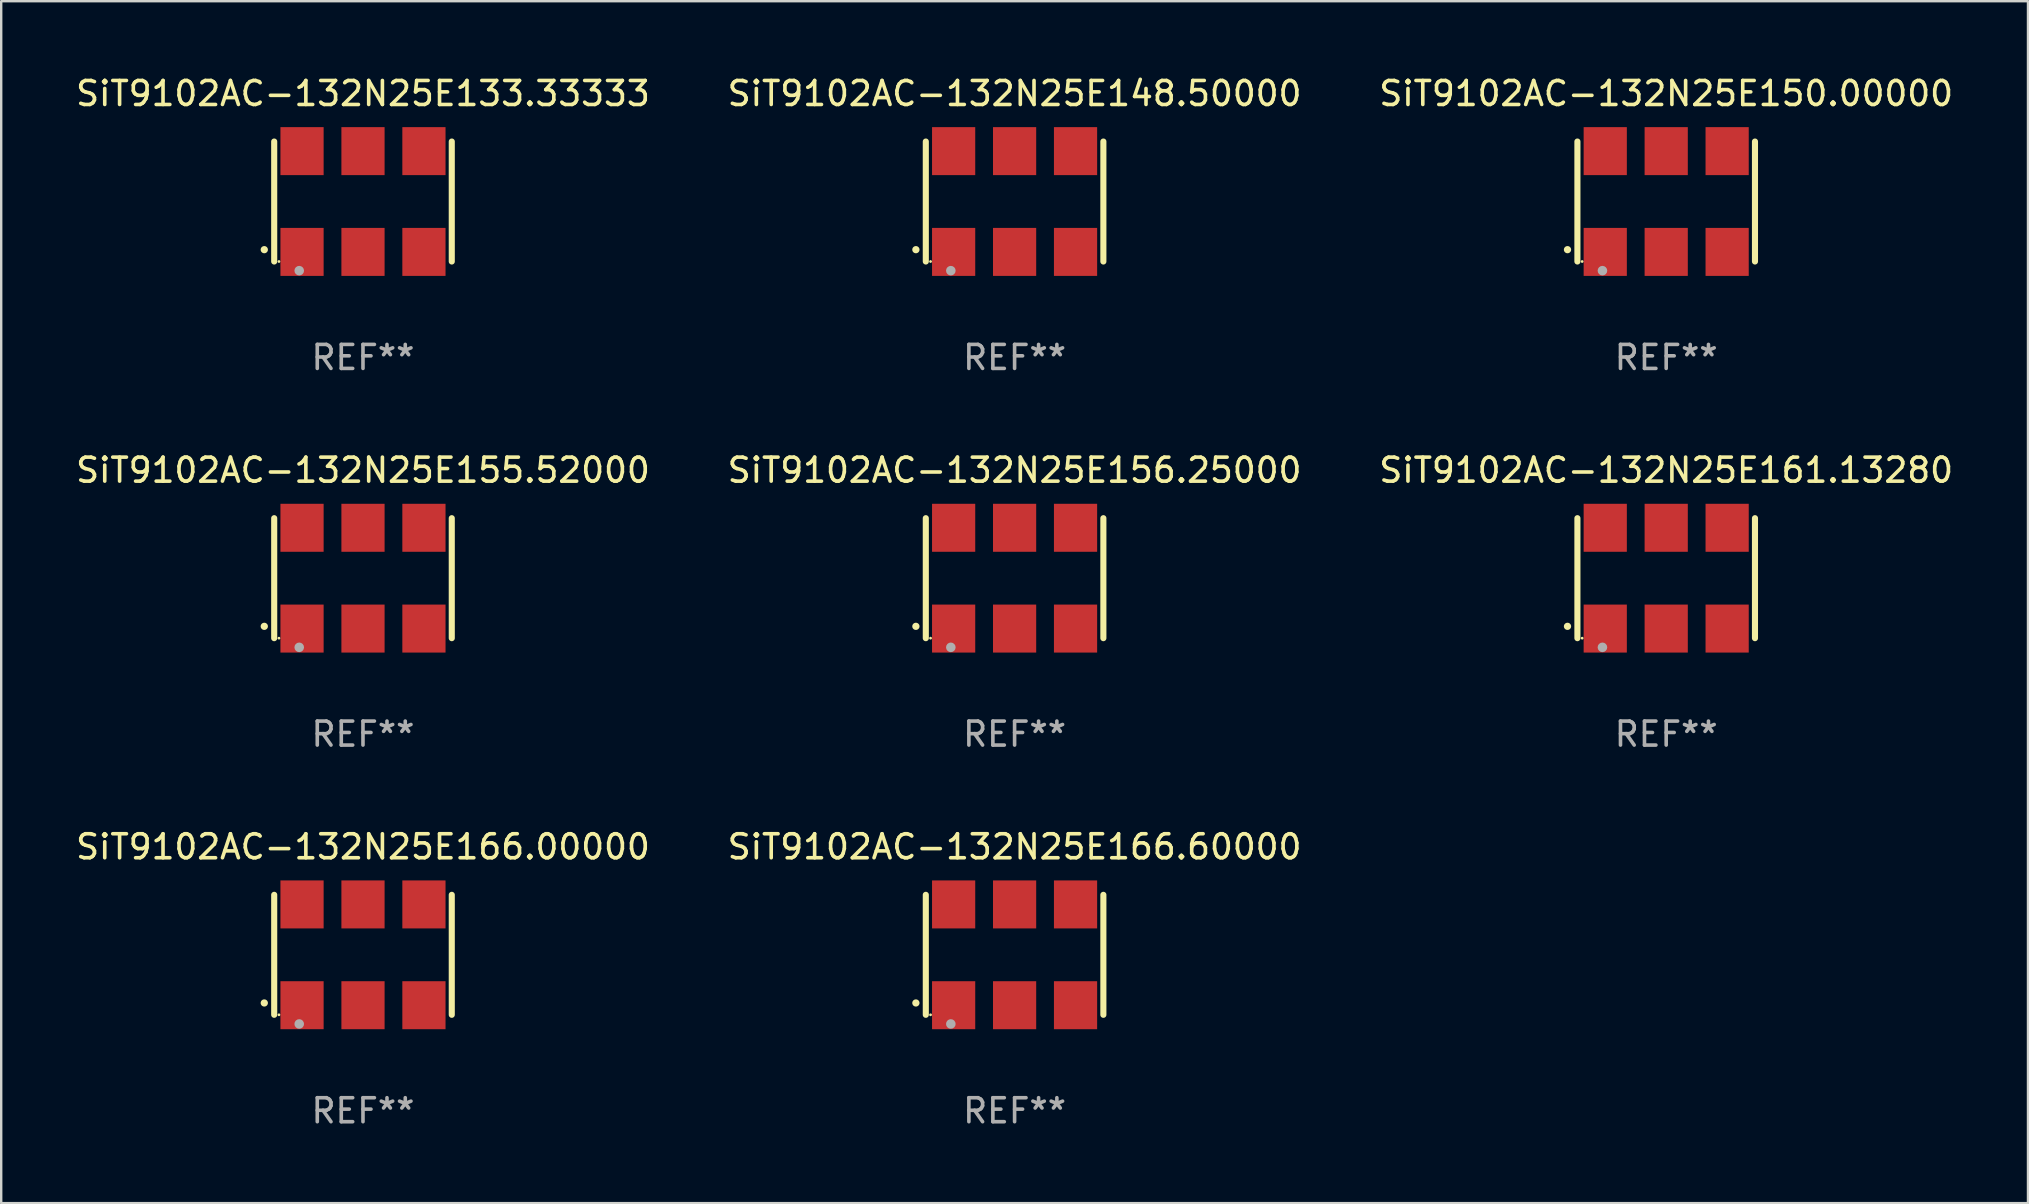
<source format=kicad_pcb>
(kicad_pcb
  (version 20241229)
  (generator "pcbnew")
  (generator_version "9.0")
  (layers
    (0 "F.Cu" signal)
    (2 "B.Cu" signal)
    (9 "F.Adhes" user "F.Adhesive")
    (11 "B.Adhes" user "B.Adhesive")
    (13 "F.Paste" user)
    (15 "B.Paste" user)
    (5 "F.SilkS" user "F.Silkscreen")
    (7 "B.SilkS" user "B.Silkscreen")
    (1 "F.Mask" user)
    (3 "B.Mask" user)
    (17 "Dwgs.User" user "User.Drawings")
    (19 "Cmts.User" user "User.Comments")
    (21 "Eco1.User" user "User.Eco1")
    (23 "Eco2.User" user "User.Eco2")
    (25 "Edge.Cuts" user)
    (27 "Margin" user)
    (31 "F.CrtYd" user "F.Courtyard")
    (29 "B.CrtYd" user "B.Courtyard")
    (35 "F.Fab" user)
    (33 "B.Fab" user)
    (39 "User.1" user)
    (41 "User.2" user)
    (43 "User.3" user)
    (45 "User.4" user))
  (footprint "SiT9102AC-132N25E148.50000"
    (layer "F.Cu")
    (at 39.232 5.348)
    (property "Reference" "SiT9102AC-132N25E148.50000" (at 0 -4.5 0) (layer "F.SilkS") (effects (font (size 1 1) (thickness 0.15))))
    (attr through_hole)
    (fp_line (start -3.7 -2.5) (end -3.7 2.5) (stroke (width 0.254) (type solid)) (layer "F.SilkS"))
    (fp_line (start 3.7 -2.5) (end 3.7 2.5) (stroke (width 0.254) (type solid)) (layer "F.SilkS"))
    (fp_arc (start -4.114415 2.006604) (mid -4.113145 2.006599) (end -4.111875 2.006604) (stroke (width 0.3) (type solid)) (layer "F.SilkS"))
    (fp_circle (center -3.502 2.5) (end -3.472 2.5) (stroke (width 0.06) (type solid)) (fill no) (layer "F.SilkS"))
    (fp_circle (center -2.657 2.882) (end -2.557 2.882) (stroke (width 0.2) (type solid)) (fill no) (layer "F.Fab"))
    (fp_text user "REF**" (at 0 6.5 0) (layer "F.Fab") (effects (font (size 1 1) (thickness 0.15))))
    (pad "1" smd rect (at -2.54 2.1) (size 1.8 2) (layers "F.Cu" "F.Mask" "F.Paste"))
    (pad "2" smd rect (at 0.000394 2.1) (size 1.8 2) (layers "F.Cu" "F.Mask" "F.Paste"))
    (pad "3" smd rect (at 2.54 2.1) (size 1.8 2) (layers "F.Cu" "F.Mask" "F.Paste"))
    (pad "4" smd rect (at 2.54 -2.1) (size 1.8 2) (layers "F.Cu" "F.Mask" "F.Paste"))
    (pad "5" smd rect (at 0.000394 -2.1) (size 1.8 2) (layers "F.Cu" "F.Mask" "F.Paste"))
    (pad "6" smd rect (at -2.54 -2.1) (size 1.8 2) (layers "F.Cu" "F.Mask" "F.Paste")))
  (footprint "SiT9102AC-132N25E155.52000"
    (layer "F.Cu")
    (at 12.077 21.045)
    (property "Reference" "SiT9102AC-132N25E155.52000" (at 0 -4.5 0) (layer "F.SilkS") (effects (font (size 1 1) (thickness 0.15))))
    (attr through_hole)
    (fp_line (start -3.7 -2.5) (end -3.7 2.5) (stroke (width 0.254) (type solid)) (layer "F.SilkS"))
    (fp_line (start 3.7 -2.5) (end 3.7 2.5) (stroke (width 0.254) (type solid)) (layer "F.SilkS"))
    (fp_arc (start -4.114415 2.006604) (mid -4.113145 2.006599) (end -4.111875 2.006604) (stroke (width 0.3) (type solid)) (layer "F.SilkS"))
    (fp_circle (center -3.502 2.5) (end -3.472 2.5) (stroke (width 0.06) (type solid)) (fill no) (layer "F.SilkS"))
    (fp_circle (center -2.657 2.882) (end -2.557 2.882) (stroke (width 0.2) (type solid)) (fill no) (layer "F.Fab"))
    (fp_text user "REF**" (at 0 6.5 0) (layer "F.Fab") (effects (font (size 1 1) (thickness 0.15))))
    (pad "1" smd rect (at -2.54 2.1) (size 1.8 2) (layers "F.Cu" "F.Mask" "F.Paste"))
    (pad "2" smd rect (at 0.000394 2.1) (size 1.8 2) (layers "F.Cu" "F.Mask" "F.Paste"))
    (pad "3" smd rect (at 2.54 2.1) (size 1.8 2) (layers "F.Cu" "F.Mask" "F.Paste"))
    (pad "4" smd rect (at 2.54 -2.1) (size 1.8 2) (layers "F.Cu" "F.Mask" "F.Paste"))
    (pad "5" smd rect (at 0.000394 -2.1) (size 1.8 2) (layers "F.Cu" "F.Mask" "F.Paste"))
    (pad "6" smd rect (at -2.54 -2.1) (size 1.8 2) (layers "F.Cu" "F.Mask" "F.Paste")))
  (footprint "SiT9102AC-132N25E166.00000"
    (layer "F.Cu")
    (at 12.077 36.741)
    (property "Reference" "SiT9102AC-132N25E166.00000" (at 0 -4.5 0) (layer "F.SilkS") (effects (font (size 1 1) (thickness 0.15))))
    (attr through_hole)
    (fp_line (start -3.7 -2.5) (end -3.7 2.5) (stroke (width 0.254) (type solid)) (layer "F.SilkS"))
    (fp_line (start 3.7 -2.5) (end 3.7 2.5) (stroke (width 0.254) (type solid)) (layer "F.SilkS"))
    (fp_arc (start -4.114415 2.006604) (mid -4.113145 2.006599) (end -4.111875 2.006604) (stroke (width 0.3) (type solid)) (layer "F.SilkS"))
    (fp_circle (center -3.502 2.5) (end -3.472 2.5) (stroke (width 0.06) (type solid)) (fill no) (layer "F.SilkS"))
    (fp_circle (center -2.657 2.882) (end -2.557 2.882) (stroke (width 0.2) (type solid)) (fill no) (layer "F.Fab"))
    (fp_text user "REF**" (at 0 6.5 0) (layer "F.Fab") (effects (font (size 1 1) (thickness 0.15))))
    (pad "1" smd rect (at -2.54 2.1) (size 1.8 2) (layers "F.Cu" "F.Mask" "F.Paste"))
    (pad "2" smd rect (at 0.000394 2.1) (size 1.8 2) (layers "F.Cu" "F.Mask" "F.Paste"))
    (pad "3" smd rect (at 2.54 2.1) (size 1.8 2) (layers "F.Cu" "F.Mask" "F.Paste"))
    (pad "4" smd rect (at 2.54 -2.1) (size 1.8 2) (layers "F.Cu" "F.Mask" "F.Paste"))
    (pad "5" smd rect (at 0.000394 -2.1) (size 1.8 2) (layers "F.Cu" "F.Mask" "F.Paste"))
    (pad "6" smd rect (at -2.54 -2.1) (size 1.8 2) (layers "F.Cu" "F.Mask" "F.Paste")))
  (footprint "SiT9102AC-132N25E166.60000"
    (layer "F.Cu")
    (at 39.232 36.741)
    (property "Reference" "SiT9102AC-132N25E166.60000" (at 0 -4.5 0) (layer "F.SilkS") (effects (font (size 1 1) (thickness 0.15))))
    (attr through_hole)
    (fp_line (start -3.7 -2.5) (end -3.7 2.5) (stroke (width 0.254) (type solid)) (layer "F.SilkS"))
    (fp_line (start 3.7 -2.5) (end 3.7 2.5) (stroke (width 0.254) (type solid)) (layer "F.SilkS"))
    (fp_arc (start -4.114415 2.006604) (mid -4.113145 2.006599) (end -4.111875 2.006604) (stroke (width 0.3) (type solid)) (layer "F.SilkS"))
    (fp_circle (center -3.502 2.5) (end -3.472 2.5) (stroke (width 0.06) (type solid)) (fill no) (layer "F.SilkS"))
    (fp_circle (center -2.657 2.882) (end -2.557 2.882) (stroke (width 0.2) (type solid)) (fill no) (layer "F.Fab"))
    (fp_text user "REF**" (at 0 6.5 0) (layer "F.Fab") (effects (font (size 1 1) (thickness 0.15))))
    (pad "1" smd rect (at -2.54 2.1) (size 1.8 2) (layers "F.Cu" "F.Mask" "F.Paste"))
    (pad "2" smd rect (at 0.000394 2.1) (size 1.8 2) (layers "F.Cu" "F.Mask" "F.Paste"))
    (pad "3" smd rect (at 2.54 2.1) (size 1.8 2) (layers "F.Cu" "F.Mask" "F.Paste"))
    (pad "4" smd rect (at 2.54 -2.1) (size 1.8 2) (layers "F.Cu" "F.Mask" "F.Paste"))
    (pad "5" smd rect (at 0.000394 -2.1) (size 1.8 2) (layers "F.Cu" "F.Mask" "F.Paste"))
    (pad "6" smd rect (at -2.54 -2.1) (size 1.8 2) (layers "F.Cu" "F.Mask" "F.Paste")))
  (footprint "SiT9102AC-132N25E150.00000"
    (layer "F.Cu")
    (at 66.387 5.348)
    (property "Reference" "SiT9102AC-132N25E150.00000" (at 0 -4.5 0) (layer "F.SilkS") (effects (font (size 1 1) (thickness 0.15))))
    (attr through_hole)
    (fp_line (start -3.7 -2.5) (end -3.7 2.5) (stroke (width 0.254) (type solid)) (layer "F.SilkS"))
    (fp_line (start 3.7 -2.5) (end 3.7 2.5) (stroke (width 0.254) (type solid)) (layer "F.SilkS"))
    (fp_arc (start -4.114415 2.006604) (mid -4.113145 2.006599) (end -4.111875 2.006604) (stroke (width 0.3) (type solid)) (layer "F.SilkS"))
    (fp_circle (center -3.502 2.5) (end -3.472 2.5) (stroke (width 0.06) (type solid)) (fill no) (layer "F.SilkS"))
    (fp_circle (center -2.657 2.882) (end -2.557 2.882) (stroke (width 0.2) (type solid)) (fill no) (layer "F.Fab"))
    (fp_text user "REF**" (at 0 6.5 0) (layer "F.Fab") (effects (font (size 1 1) (thickness 0.15))))
    (pad "1" smd rect (at -2.54 2.1) (size 1.8 2) (layers "F.Cu" "F.Mask" "F.Paste"))
    (pad "2" smd rect (at 0.000394 2.1) (size 1.8 2) (layers "F.Cu" "F.Mask" "F.Paste"))
    (pad "3" smd rect (at 2.54 2.1) (size 1.8 2) (layers "F.Cu" "F.Mask" "F.Paste"))
    (pad "4" smd rect (at 2.54 -2.1) (size 1.8 2) (layers "F.Cu" "F.Mask" "F.Paste"))
    (pad "5" smd rect (at 0.000394 -2.1) (size 1.8 2) (layers "F.Cu" "F.Mask" "F.Paste"))
    (pad "6" smd rect (at -2.54 -2.1) (size 1.8 2) (layers "F.Cu" "F.Mask" "F.Paste")))
  (footprint "SiT9102AC-132N25E133.33333"
    (layer "F.Cu")
    (at 12.077 5.348)
    (property "Reference" "SiT9102AC-132N25E133.33333" (at 0 -4.5 0) (layer "F.SilkS") (effects (font (size 1 1) (thickness 0.15))))
    (attr through_hole)
    (fp_line (start -3.7 -2.5) (end -3.7 2.5) (stroke (width 0.254) (type solid)) (layer "F.SilkS"))
    (fp_line (start 3.7 -2.5) (end 3.7 2.5) (stroke (width 0.254) (type solid)) (layer "F.SilkS"))
    (fp_arc (start -4.114415 2.006604) (mid -4.113145 2.006599) (end -4.111875 2.006604) (stroke (width 0.3) (type solid)) (layer "F.SilkS"))
    (fp_circle (center -3.502 2.5) (end -3.472 2.5) (stroke (width 0.06) (type solid)) (fill no) (layer "F.SilkS"))
    (fp_circle (center -2.657 2.882) (end -2.557 2.882) (stroke (width 0.2) (type solid)) (fill no) (layer "F.Fab"))
    (fp_text user "REF**" (at 0 6.5 0) (layer "F.Fab") (effects (font (size 1 1) (thickness 0.15))))
    (pad "1" smd rect (at -2.54 2.1) (size 1.8 2) (layers "F.Cu" "F.Mask" "F.Paste"))
    (pad "2" smd rect (at 0.000394 2.1) (size 1.8 2) (layers "F.Cu" "F.Mask" "F.Paste"))
    (pad "3" smd rect (at 2.54 2.1) (size 1.8 2) (layers "F.Cu" "F.Mask" "F.Paste"))
    (pad "4" smd rect (at 2.54 -2.1) (size 1.8 2) (layers "F.Cu" "F.Mask" "F.Paste"))
    (pad "5" smd rect (at 0.000394 -2.1) (size 1.8 2) (layers "F.Cu" "F.Mask" "F.Paste"))
    (pad "6" smd rect (at -2.54 -2.1) (size 1.8 2) (layers "F.Cu" "F.Mask" "F.Paste")))
  (footprint "SiT9102AC-132N25E156.25000"
    (layer "F.Cu")
    (at 39.232 21.045)
    (property "Reference" "SiT9102AC-132N25E156.25000" (at 0 -4.5 0) (layer "F.SilkS") (effects (font (size 1 1) (thickness 0.15))))
    (attr through_hole)
    (fp_line (start -3.7 -2.5) (end -3.7 2.5) (stroke (width 0.254) (type solid)) (layer "F.SilkS"))
    (fp_line (start 3.7 -2.5) (end 3.7 2.5) (stroke (width 0.254) (type solid)) (layer "F.SilkS"))
    (fp_arc (start -4.114415 2.006604) (mid -4.113145 2.006599) (end -4.111875 2.006604) (stroke (width 0.3) (type solid)) (layer "F.SilkS"))
    (fp_circle (center -3.502 2.5) (end -3.472 2.5) (stroke (width 0.06) (type solid)) (fill no) (layer "F.SilkS"))
    (fp_circle (center -2.657 2.882) (end -2.557 2.882) (stroke (width 0.2) (type solid)) (fill no) (layer "F.Fab"))
    (fp_text user "REF**" (at 0 6.5 0) (layer "F.Fab") (effects (font (size 1 1) (thickness 0.15))))
    (pad "1" smd rect (at -2.54 2.1) (size 1.8 2) (layers "F.Cu" "F.Mask" "F.Paste"))
    (pad "2" smd rect (at 0.000394 2.1) (size 1.8 2) (layers "F.Cu" "F.Mask" "F.Paste"))
    (pad "3" smd rect (at 2.54 2.1) (size 1.8 2) (layers "F.Cu" "F.Mask" "F.Paste"))
    (pad "4" smd rect (at 2.54 -2.1) (size 1.8 2) (layers "F.Cu" "F.Mask" "F.Paste"))
    (pad "5" smd rect (at 0.000394 -2.1) (size 1.8 2) (layers "F.Cu" "F.Mask" "F.Paste"))
    (pad "6" smd rect (at -2.54 -2.1) (size 1.8 2) (layers "F.Cu" "F.Mask" "F.Paste")))
  (footprint "SiT9102AC-132N25E161.13280"
    (layer "F.Cu")
    (at 66.387 21.045)
    (property "Reference" "SiT9102AC-132N25E161.13280" (at 0 -4.5 0) (layer "F.SilkS") (effects (font (size 1 1) (thickness 0.15))))
    (attr through_hole)
    (fp_line (start -3.7 -2.5) (end -3.7 2.5) (stroke (width 0.254) (type solid)) (layer "F.SilkS"))
    (fp_line (start 3.7 -2.5) (end 3.7 2.5) (stroke (width 0.254) (type solid)) (layer "F.SilkS"))
    (fp_arc (start -4.114415 2.006604) (mid -4.113145 2.006599) (end -4.111875 2.006604) (stroke (width 0.3) (type solid)) (layer "F.SilkS"))
    (fp_circle (center -3.502 2.5) (end -3.472 2.5) (stroke (width 0.06) (type solid)) (fill no) (layer "F.SilkS"))
    (fp_circle (center -2.657 2.882) (end -2.557 2.882) (stroke (width 0.2) (type solid)) (fill no) (layer "F.Fab"))
    (fp_text user "REF**" (at 0 6.5 0) (layer "F.Fab") (effects (font (size 1 1) (thickness 0.15))))
    (pad "1" smd rect (at -2.54 2.1) (size 1.8 2) (layers "F.Cu" "F.Mask" "F.Paste"))
    (pad "2" smd rect (at 0.000394 2.1) (size 1.8 2) (layers "F.Cu" "F.Mask" "F.Paste"))
    (pad "3" smd rect (at 2.54 2.1) (size 1.8 2) (layers "F.Cu" "F.Mask" "F.Paste"))
    (pad "4" smd rect (at 2.54 -2.1) (size 1.8 2) (layers "F.Cu" "F.Mask" "F.Paste"))
    (pad "5" smd rect (at 0.000394 -2.1) (size 1.8 2) (layers "F.Cu" "F.Mask" "F.Paste"))
    (pad "6" smd rect (at -2.54 -2.1) (size 1.8 2) (layers "F.Cu" "F.Mask" "F.Paste")))
  (gr_rect
    (start -3 -3)
    (end 81.464 47.09)
    (stroke (width 0.1) (type default))
    (fill no)
    (layer "Edge.Cuts")))
</source>
